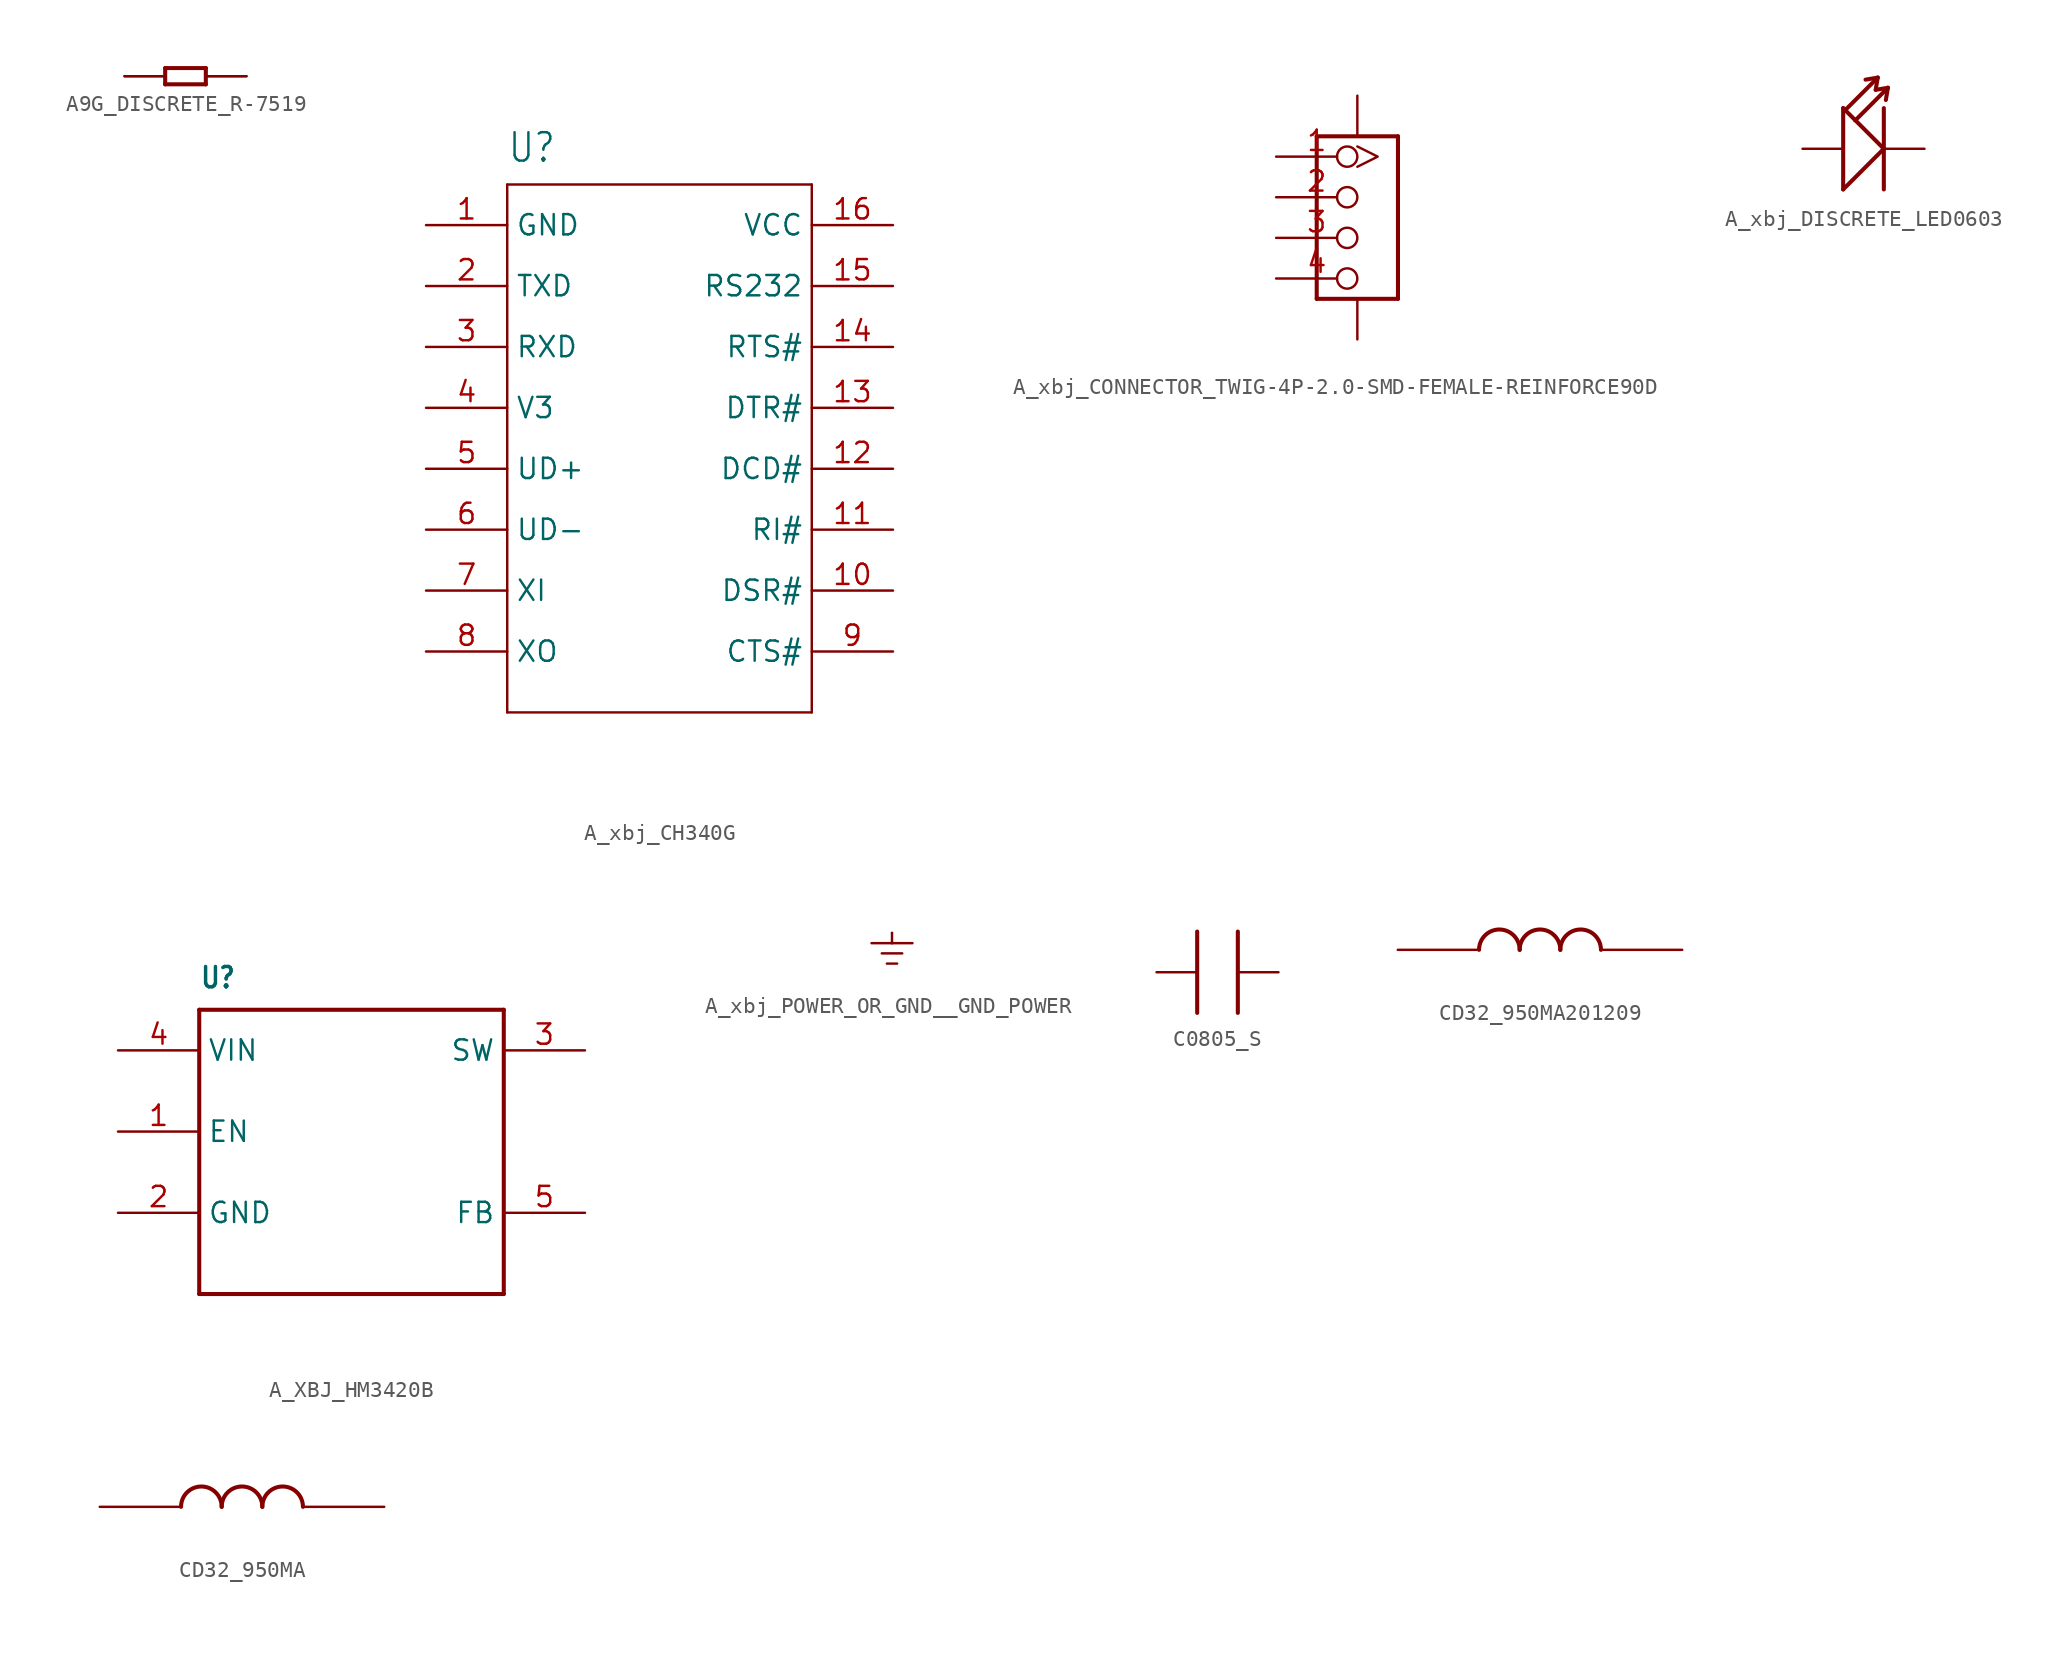
<source format=kicad_sym>
(kicad_symbol_lib
  (version 20231120)
  (generator "kicad_symbol_editor")
  (generator_version "8.0")
  (symbol "A9G_DISCRETE_R-7519"
    (property "Reference" "R"
      (at -3.81 0 0)
      (effects (font (size 1.27 1.079)) (justify left bottom) (hide yes)))
    (property "ki_locked" ""
      (at 0 0 0)
      (effects (font (size 1.27 1.27))))
    (symbol "A9G_DISCRETE_R-7519_1_0"
      (polyline (pts (xy -1.27 -0.508) (xy -1.27 0.508)) (stroke (width 0.254) (type solid)) (fill (type none)))
      (polyline (pts (xy -1.27 0.508) (xy 1.27 0.508)) (stroke (width 0.254) (type solid)) (fill (type none)))
      (polyline (pts (xy 1.27 -0.508) (xy -1.27 -0.508)) (stroke (width 0.254) (type solid)) (fill (type none)))
      (polyline (pts (xy 1.27 0.508) (xy 1.27 -0.508)) (stroke (width 0.254) (type solid)) (fill (type none)))
      (pin passive line (at -3.81 0 0) (length 2.54) (name "1" (effects (font (size 0 0)))) (number "1" (effects (font (size 0 0)))))
      (pin passive line (at -3.81 0 0) (length 2.54) (name "1" (effects (font (size 0 0)))) (number "2" (effects (font (size 0 0)))))
      (pin passive line (at 3.81 0 180) (length 2.54) (name "2" (effects (font (size 0 0)))) (number "3" (effects (font (size 0 0)))))
      (pin passive line (at 3.81 0 180) (length 2.54) (name "2" (effects (font (size 0 0)))) (number "4" (effects (font (size 0 0)))))))
  (symbol "A_xbj_CH340G"
    (property "Reference" "U"
      (at -8.89 17.78 0)
      (effects (font (size 1.778 1.511)) (justify left bottom)))
    (property "Value" ""
      (at -8.89 -19.05 0)
      (effects (font (size 1.778 1.511)) (justify left bottom)))
    (property "ki_locked" ""
      (at 0 0 0)
      (effects (font (size 1.27 1.27))))
    (symbol "A_xbj_CH340G_1_0"
      (polyline (pts (xy -8.89 -16.51) (xy -8.89 16.51)) (stroke (width 0.152) (type solid)) (fill (type none)))
      (polyline (pts (xy -8.89 16.51) (xy 10.16 16.51)) (stroke (width 0.152) (type solid)) (fill (type none)))
      (polyline (pts (xy 10.16 -16.51) (xy -8.89 -16.51)) (stroke (width 0.152) (type solid)) (fill (type none)))
      (polyline (pts (xy 10.16 16.51) (xy 10.16 -16.51)) (stroke (width 0.152) (type solid)) (fill (type none)))
      (pin bidirectional line (at -13.97 13.97 0) (length 5.08) (name "GND" (effects (font (size 1.27 1.27)))) (number "1" (effects (font (size 1.27 1.27)))))
      (pin bidirectional line (at 15.24 -8.89 180) (length 5.08) (name "DSR#" (effects (font (size 1.27 1.27)))) (number "10" (effects (font (size 1.27 1.27)))))
      (pin bidirectional line (at 15.24 -5.08 180) (length 5.08) (name "RI#" (effects (font (size 1.27 1.27)))) (number "11" (effects (font (size 1.27 1.27)))))
      (pin bidirectional line (at 15.24 -1.27 180) (length 5.08) (name "DCD#" (effects (font (size 1.27 1.27)))) (number "12" (effects (font (size 1.27 1.27)))))
      (pin bidirectional line (at 15.24 2.54 180) (length 5.08) (name "DTR#" (effects (font (size 1.27 1.27)))) (number "13" (effects (font (size 1.27 1.27)))))
      (pin bidirectional line (at 15.24 6.35 180) (length 5.08) (name "RTS#" (effects (font (size 1.27 1.27)))) (number "14" (effects (font (size 1.27 1.27)))))
      (pin bidirectional line (at 15.24 10.16 180) (length 5.08) (name "RS232" (effects (font (size 1.27 1.27)))) (number "15" (effects (font (size 1.27 1.27)))))
      (pin bidirectional line (at 15.24 13.97 180) (length 5.08) (name "VCC" (effects (font (size 1.27 1.27)))) (number "16" (effects (font (size 1.27 1.27)))))
      (pin bidirectional line (at -13.97 10.16 0) (length 5.08) (name "TXD" (effects (font (size 1.27 1.27)))) (number "2" (effects (font (size 1.27 1.27)))))
      (pin bidirectional line (at -13.97 6.35 0) (length 5.08) (name "RXD" (effects (font (size 1.27 1.27)))) (number "3" (effects (font (size 1.27 1.27)))))
      (pin bidirectional line (at -13.97 2.54 0) (length 5.08) (name "V3" (effects (font (size 1.27 1.27)))) (number "4" (effects (font (size 1.27 1.27)))))
      (pin bidirectional line (at -13.97 -1.27 0) (length 5.08) (name "UD+" (effects (font (size 1.27 1.27)))) (number "5" (effects (font (size 1.27 1.27)))))
      (pin bidirectional line (at -13.97 -5.08 0) (length 5.08) (name "UD-" (effects (font (size 1.27 1.27)))) (number "6" (effects (font (size 1.27 1.27)))))
      (pin bidirectional line (at -13.97 -8.89 0) (length 5.08) (name "XI" (effects (font (size 1.27 1.27)))) (number "7" (effects (font (size 1.27 1.27)))))
      (pin bidirectional line (at -13.97 -12.7 0) (length 5.08) (name "XO" (effects (font (size 1.27 1.27)))) (number "8" (effects (font (size 1.27 1.27)))))
      (pin bidirectional line (at 15.24 -12.7 180) (length 5.08) (name "CTS#" (effects (font (size 1.27 1.27)))) (number "9" (effects (font (size 1.27 1.27)))))))
  (symbol "A_xbj_CONNECTOR_TWIG-4P-2.0-SMD-FEMALE-REINFORCE90D"
    (property "Reference" "J"
      (at -2.54 5.08 0)
      (effects (font (size 1.27 1.079)) (justify left bottom) (hide yes)))
    (property "ki_locked" ""
      (at 0 0 0)
      (effects (font (size 1.27 1.27))))
    (symbol "A_xbj_CONNECTOR_TWIG-4P-2.0-SMD-FEMALE-REINFORCE90D_1_0"
      (polyline (pts (xy -2.54 -5.08) (xy -2.54 5.08)) (stroke (width 0.254) (type solid)) (fill (type none)))
      (polyline (pts (xy -2.54 5.08) (xy 2.54 5.08)) (stroke (width 0.254) (type solid)) (fill (type none)))
      (polyline (pts (xy 2.54 -5.08) (xy -2.54 -5.08)) (stroke (width 0.254) (type solid)) (fill (type none)))
      (polyline (pts (xy 2.54 5.08) (xy 2.54 -5.08)) (stroke (width 0.254) (type solid)) (fill (type none)))
      (pin bidirectional inverted_clock (at -5.08 3.81 0) (length 5.08) (name "1" (effects (font (size 0 0)))) (number "1" (effects (font (size 1.27 1.27)))))
      (pin bidirectional inverted (at -5.08 1.27 0) (length 5.08) (name "2" (effects (font (size 0 0)))) (number "2" (effects (font (size 1.27 1.27)))))
      (pin bidirectional inverted (at -5.08 -1.27 0) (length 5.08) (name "3" (effects (font (size 0 0)))) (number "3" (effects (font (size 1.27 1.27)))))
      (pin bidirectional inverted (at -5.08 -3.81 0) (length 5.08) (name "4" (effects (font (size 0 0)))) (number "4" (effects (font (size 1.27 1.27)))))
      (pin bidirectional line (at 0 7.62 270) (length 2.54) (name "SS1" (effects (font (size 0 0)))) (number "SS1" (effects (font (size 0 0)))))
      (pin bidirectional line (at 0 -7.62 90) (length 2.54) (name "SS2" (effects (font (size 0 0)))) (number "SS2" (effects (font (size 0 0)))))))
  (symbol "A_xbj_DISCRETE_LED0603"
    (property "Reference" "D"
      (at -3.81 0 0)
      (effects (font (size 1.27 1.079)) (justify left bottom) (hide yes)))
    (property "ki_locked" ""
      (at 0 0 0)
      (effects (font (size 1.27 1.27))))
    (symbol "A_xbj_DISCRETE_LED0603_1_0"
      (polyline (pts (xy -1.27 -2.54) (xy -1.27 2.54)) (stroke (width 0.254) (type solid)) (fill (type none)))
      (polyline (pts (xy -1.27 2.54) (xy -1.143 2.413)) (stroke (width 0.254) (type solid)) (fill (type none)))
      (polyline (pts (xy -1.143 2.413) (xy -0.508 1.778)) (stroke (width 0.254) (type solid)) (fill (type none)))
      (polyline (pts (xy -1.143 2.413) (xy 0.889 4.445)) (stroke (width 0.254) (type solid)) (fill (type none)))
      (polyline (pts (xy -0.508 1.778) (xy 1.27 0)) (stroke (width 0.254) (type solid)) (fill (type none)))
      (polyline (pts (xy -0.508 1.778) (xy 1.524 3.81)) (stroke (width 0.254) (type solid)) (fill (type none)))
      (polyline (pts (xy 0.889 4.445) (xy 0.127 4.318)) (stroke (width 0.254) (type solid)) (fill (type none)))
      (polyline (pts (xy 0.889 4.445) (xy 0.762 3.683)) (stroke (width 0.254) (type solid)) (fill (type none)))
      (polyline (pts (xy 1.27 0) (xy -1.27 -2.54)) (stroke (width 0.254) (type solid)) (fill (type none)))
      (polyline (pts (xy 1.27 2.54) (xy 1.27 -2.54)) (stroke (width 0.254) (type solid)) (fill (type none)))
      (polyline (pts (xy 1.524 3.81) (xy 0.762 3.683)) (stroke (width 0.254) (type solid)) (fill (type none)))
      (polyline (pts (xy 1.524 3.81) (xy 1.397 3.048)) (stroke (width 0.254) (type solid)) (fill (type none)))
      (pin passive line (at -3.81 0 0) (length 2.54) (name "+" (effects (font (size 0 0)))) (number "+" (effects (font (size 0 0)))))
      (pin passive line (at 3.81 0 180) (length 2.54) (name "-" (effects (font (size 0 0)))) (number "-" (effects (font (size 0 0)))))))
  (symbol "A_XBJ_HM3420B"
    (property "Reference" "U"
      (at -10.16 10.16 0)
      (effects (font (size 1.27 1.079) (bold yes)) (justify left bottom)))
    (property "Value" ""
      (at -11.43 -11.43 0)
      (effects (font (size 1.27 1.079) (bold yes)) (justify left bottom)))
    (property "ki_locked" ""
      (at 0 0 0)
      (effects (font (size 1.27 1.27))))
    (symbol "A_XBJ_HM3420B_1_0"
      (polyline (pts (xy -10.16 -8.89) (xy -10.16 8.89)) (stroke (width 0.254) (type solid)) (fill (type none)))
      (polyline (pts (xy -10.16 8.89) (xy 8.89 8.89)) (stroke (width 0.254) (type solid)) (fill (type none)))
      (polyline (pts (xy 8.89 -8.89) (xy -10.16 -8.89)) (stroke (width 0.254) (type solid)) (fill (type none)))
      (polyline (pts (xy 8.89 8.89) (xy 8.89 -8.89)) (stroke (width 0.254) (type solid)) (fill (type none)))
      (pin bidirectional line (at -15.24 1.27 0) (length 5.08) (name "EN" (effects (font (size 1.27 1.27)))) (number "1" (effects (font (size 1.27 1.27)))))
      (pin bidirectional line (at -15.24 -3.81 0) (length 5.08) (name "GND" (effects (font (size 1.27 1.27)))) (number "2" (effects (font (size 1.27 1.27)))))
      (pin bidirectional line (at 13.97 6.35 180) (length 5.08) (name "SW" (effects (font (size 1.27 1.27)))) (number "3" (effects (font (size 1.27 1.27)))))
      (pin bidirectional line (at -15.24 6.35 0) (length 5.08) (name "VIN" (effects (font (size 1.27 1.27)))) (number "4" (effects (font (size 1.27 1.27)))))
      (pin bidirectional line (at 13.97 -3.81 180) (length 5.08) (name "FB" (effects (font (size 1.27 1.27)))) (number "5" (effects (font (size 1.27 1.27)))))))
  (symbol "A_xbj_POWER_OR_GND__GND_POWER"
    (power)
    (property "Reference" ""
      (at 0 0 0)
      (effects (font (size 1.27 1.27)) (hide yes)))
    (property "Value" ""
      (at -1.905 -3.175 0)
      (effects (font (size 0.813 0.691)) (justify left bottom)))
    (property "ki_locked" ""
      (at 0 0 0)
      (effects (font (size 1.27 1.27))))
    (symbol "A_xbj_POWER_OR_GND__GND_POWER_1_0"
      (polyline (pts (xy -1.27 -0.635) (xy 0 -0.635)) (stroke (width 0.152) (type solid)) (fill (type none)))
      (polyline (pts (xy -0.635 -1.27) (xy 0.635 -1.27)) (stroke (width 0.152) (type solid)) (fill (type none)))
      (polyline (pts (xy -0.318 -1.905) (xy 0.318 -1.905)) (stroke (width 0.152) (type solid)) (fill (type none)))
      (polyline (pts (xy 0 -0.635) (xy 1.27 -0.635)) (stroke (width 0.152) (type solid)) (fill (type none)))
      (polyline (pts (xy 0 0) (xy 0 -0.635)) (stroke (width 0.152) (type solid)) (fill (type none)))
      (pin power_in line (at 0 0 270) (length 0) (name "GND" (effects (font (size 0 0)))) (number "1" (effects (font (size 0 0)))))))
  (symbol "C0805_S"
    (property "Reference" "C"
      (at -3.81 0 0)
      (effects (font (size 1.27 1.079)) (justify left bottom) (hide yes)))
    (property "ki_locked" ""
      (at 0 0 0)
      (effects (font (size 1.27 1.27))))
    (symbol "C0805_S_1_0"
      (polyline (pts (xy -1.27 2.54) (xy -1.27 -2.54)) (stroke (width 0.254) (type solid)) (fill (type none)))
      (polyline (pts (xy 1.27 2.54) (xy 1.27 -2.54)) (stroke (width 0.254) (type solid)) (fill (type none)))
      (pin bidirectional line (at -3.81 0 0) (length 2.54) (name "1" (effects (font (size 0 0)))) (number "1" (effects (font (size 0 0)))))
      (pin bidirectional line (at 3.81 0 180) (length 2.54) (name "2" (effects (font (size 0 0)))) (number "2" (effects (font (size 0 0)))))))
  (symbol "CD32_950MA201209"
    (property "Reference" ""
      (at -7.62 2.54 0)
      (effects (font (size 1.016 0.864)) (justify left bottom) (hide yes)))
    (property "Value" ""
      (at -7.62 -2.54 0)
      (effects (font (size 1.016 0.864)) (justify left bottom)))
    (property "ki_locked" ""
      (at 0 0 0)
      (effects (font (size 1.27 1.27))))
    (symbol "CD32_950MA201209_1_0"
      (arc (start -5.08 0) (mid -6.35 1.27) (end -7.62 0) (stroke (width 0.254) (type solid)) (fill (type none)))
      (arc (start -2.54 0) (mid -3.81 1.27) (end -5.08 0) (stroke (width 0.254) (type solid)) (fill (type none)))
      (arc (start 0 0) (mid -1.27 1.27) (end -2.54 0) (stroke (width 0.254) (type solid)) (fill (type none)))
      (pin bidirectional line (at -12.7 0 0) (length 5.08) (name "1" (effects (font (size 0 0)))) (number "1" (effects (font (size 0 0)))))
      (pin bidirectional line (at 5.08 0 180) (length 5.08) (name "2" (effects (font (size 0 0)))) (number "2" (effects (font (size 0 0)))))))
  (symbol "CD32_950MA"
    (property "Reference" ""
      (at -7.62 2.54 0)
      (effects (font (size 1.016 0.864)) (justify left bottom) (hide yes)))
    (property "Value" ""
      (at -7.62 -2.54 0)
      (effects (font (size 1.016 0.864)) (justify left bottom)))
    (property "ki_locked" ""
      (at 0 0 0)
      (effects (font (size 1.27 1.27))))
    (symbol "CD32_950MA_1_0"
      (arc (start -5.08 0) (mid -6.35 1.27) (end -7.62 0) (stroke (width 0.254) (type solid)) (fill (type none)))
      (arc (start -2.54 0) (mid -3.81 1.27) (end -5.08 0) (stroke (width 0.254) (type solid)) (fill (type none)))
      (arc (start 0 0) (mid -1.27 1.27) (end -2.54 0) (stroke (width 0.254) (type solid)) (fill (type none)))
      (pin bidirectional line (at -12.7 0 0) (length 5.08) (name "1" (effects (font (size 0 0)))) (number "1" (effects (font (size 0 0)))))
      (pin bidirectional line (at 5.08 0 180) (length 5.08) (name "2" (effects (font (size 0 0)))) (number "2" (effects (font (size 0 0))))))))
</source>
